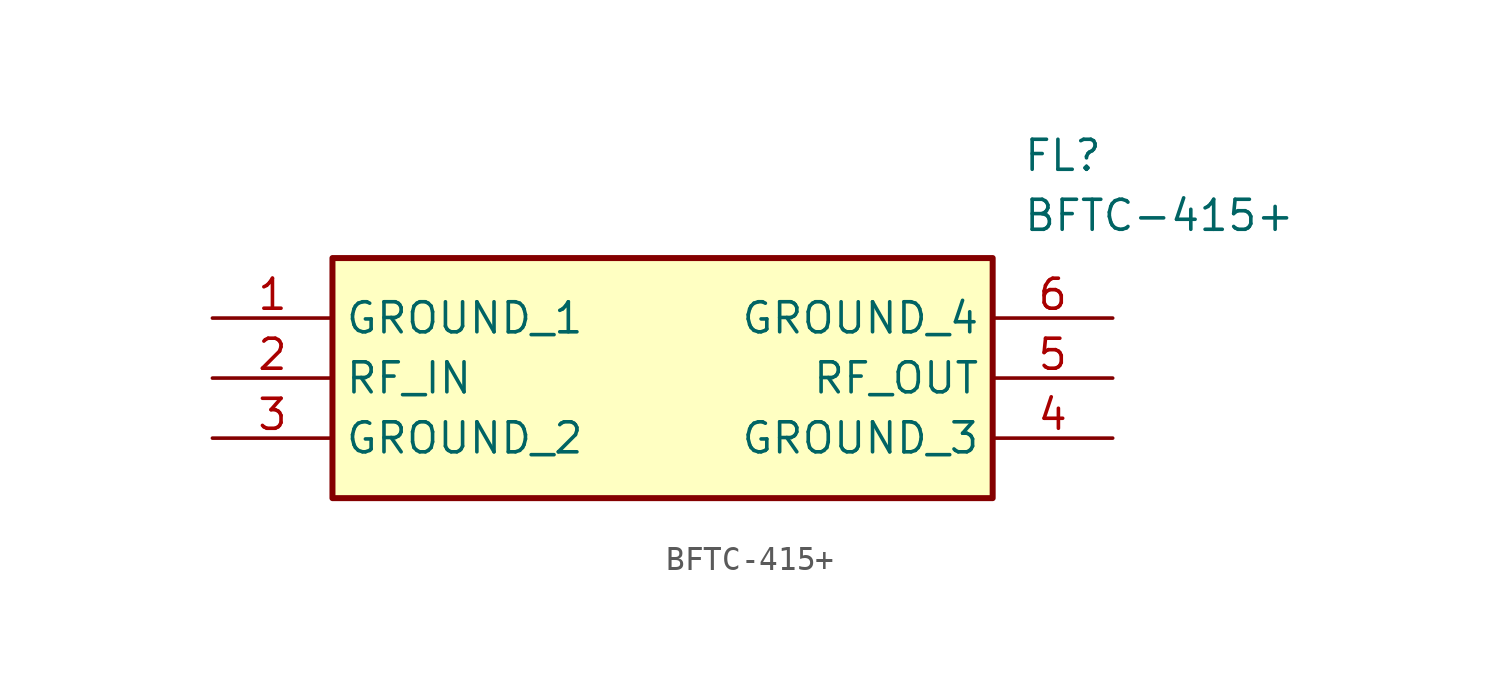
<source format=kicad_sym>
(kicad_symbol_lib
  (version 20211014)
  (generator SamacSys_ECAD_Model)
  (symbol "BFTC-415+"
    (property "Reference" "FL"
      (at 34.29 7.62 0)
      (effects (font (size 1.27 1.27)) (justify left top)))
    (property "Value" "BFTC-415+"
      (at 34.29 5.08 0)
      (effects (font (size 1.27 1.27)) (justify left top)))
    (rectangle
      (start 5.08 2.54)
      (end 33.02 -7.62)
      (stroke (width 0.254) (type default))
      (fill (type background)))
    (pin passive line
      (at 0 0 0)
      (length 5.08)
      (name "GROUND_1" (effects (font (size 1.27 1.27))))
      (number "1" (effects (font (size 1.27 1.27)))))
    (pin passive line
      (at 0 -2.54 0)
      (length 5.08)
      (name "RF_IN" (effects (font (size 1.27 1.27))))
      (number "2" (effects (font (size 1.27 1.27)))))
    (pin passive line
      (at 0 -5.08 0)
      (length 5.08)
      (name "GROUND_2" (effects (font (size 1.27 1.27))))
      (number "3" (effects (font (size 1.27 1.27)))))
    (pin passive line
      (at 38.1 -5.08 180)
      (length 5.08)
      (name "GROUND_3" (effects (font (size 1.27 1.27))))
      (number "4" (effects (font (size 1.27 1.27)))))
    (pin passive line
      (at 38.1 -2.54 180)
      (length 5.08)
      (name "RF_OUT" (effects (font (size 1.27 1.27))))
      (number "5" (effects (font (size 1.27 1.27)))))
    (pin passive line
      (at 38.1 0 180)
      (length 5.08)
      (name "GROUND_4" (effects (font (size 1.27 1.27))))
      (number "6" (effects (font (size 1.27 1.27)))))))
</source>
